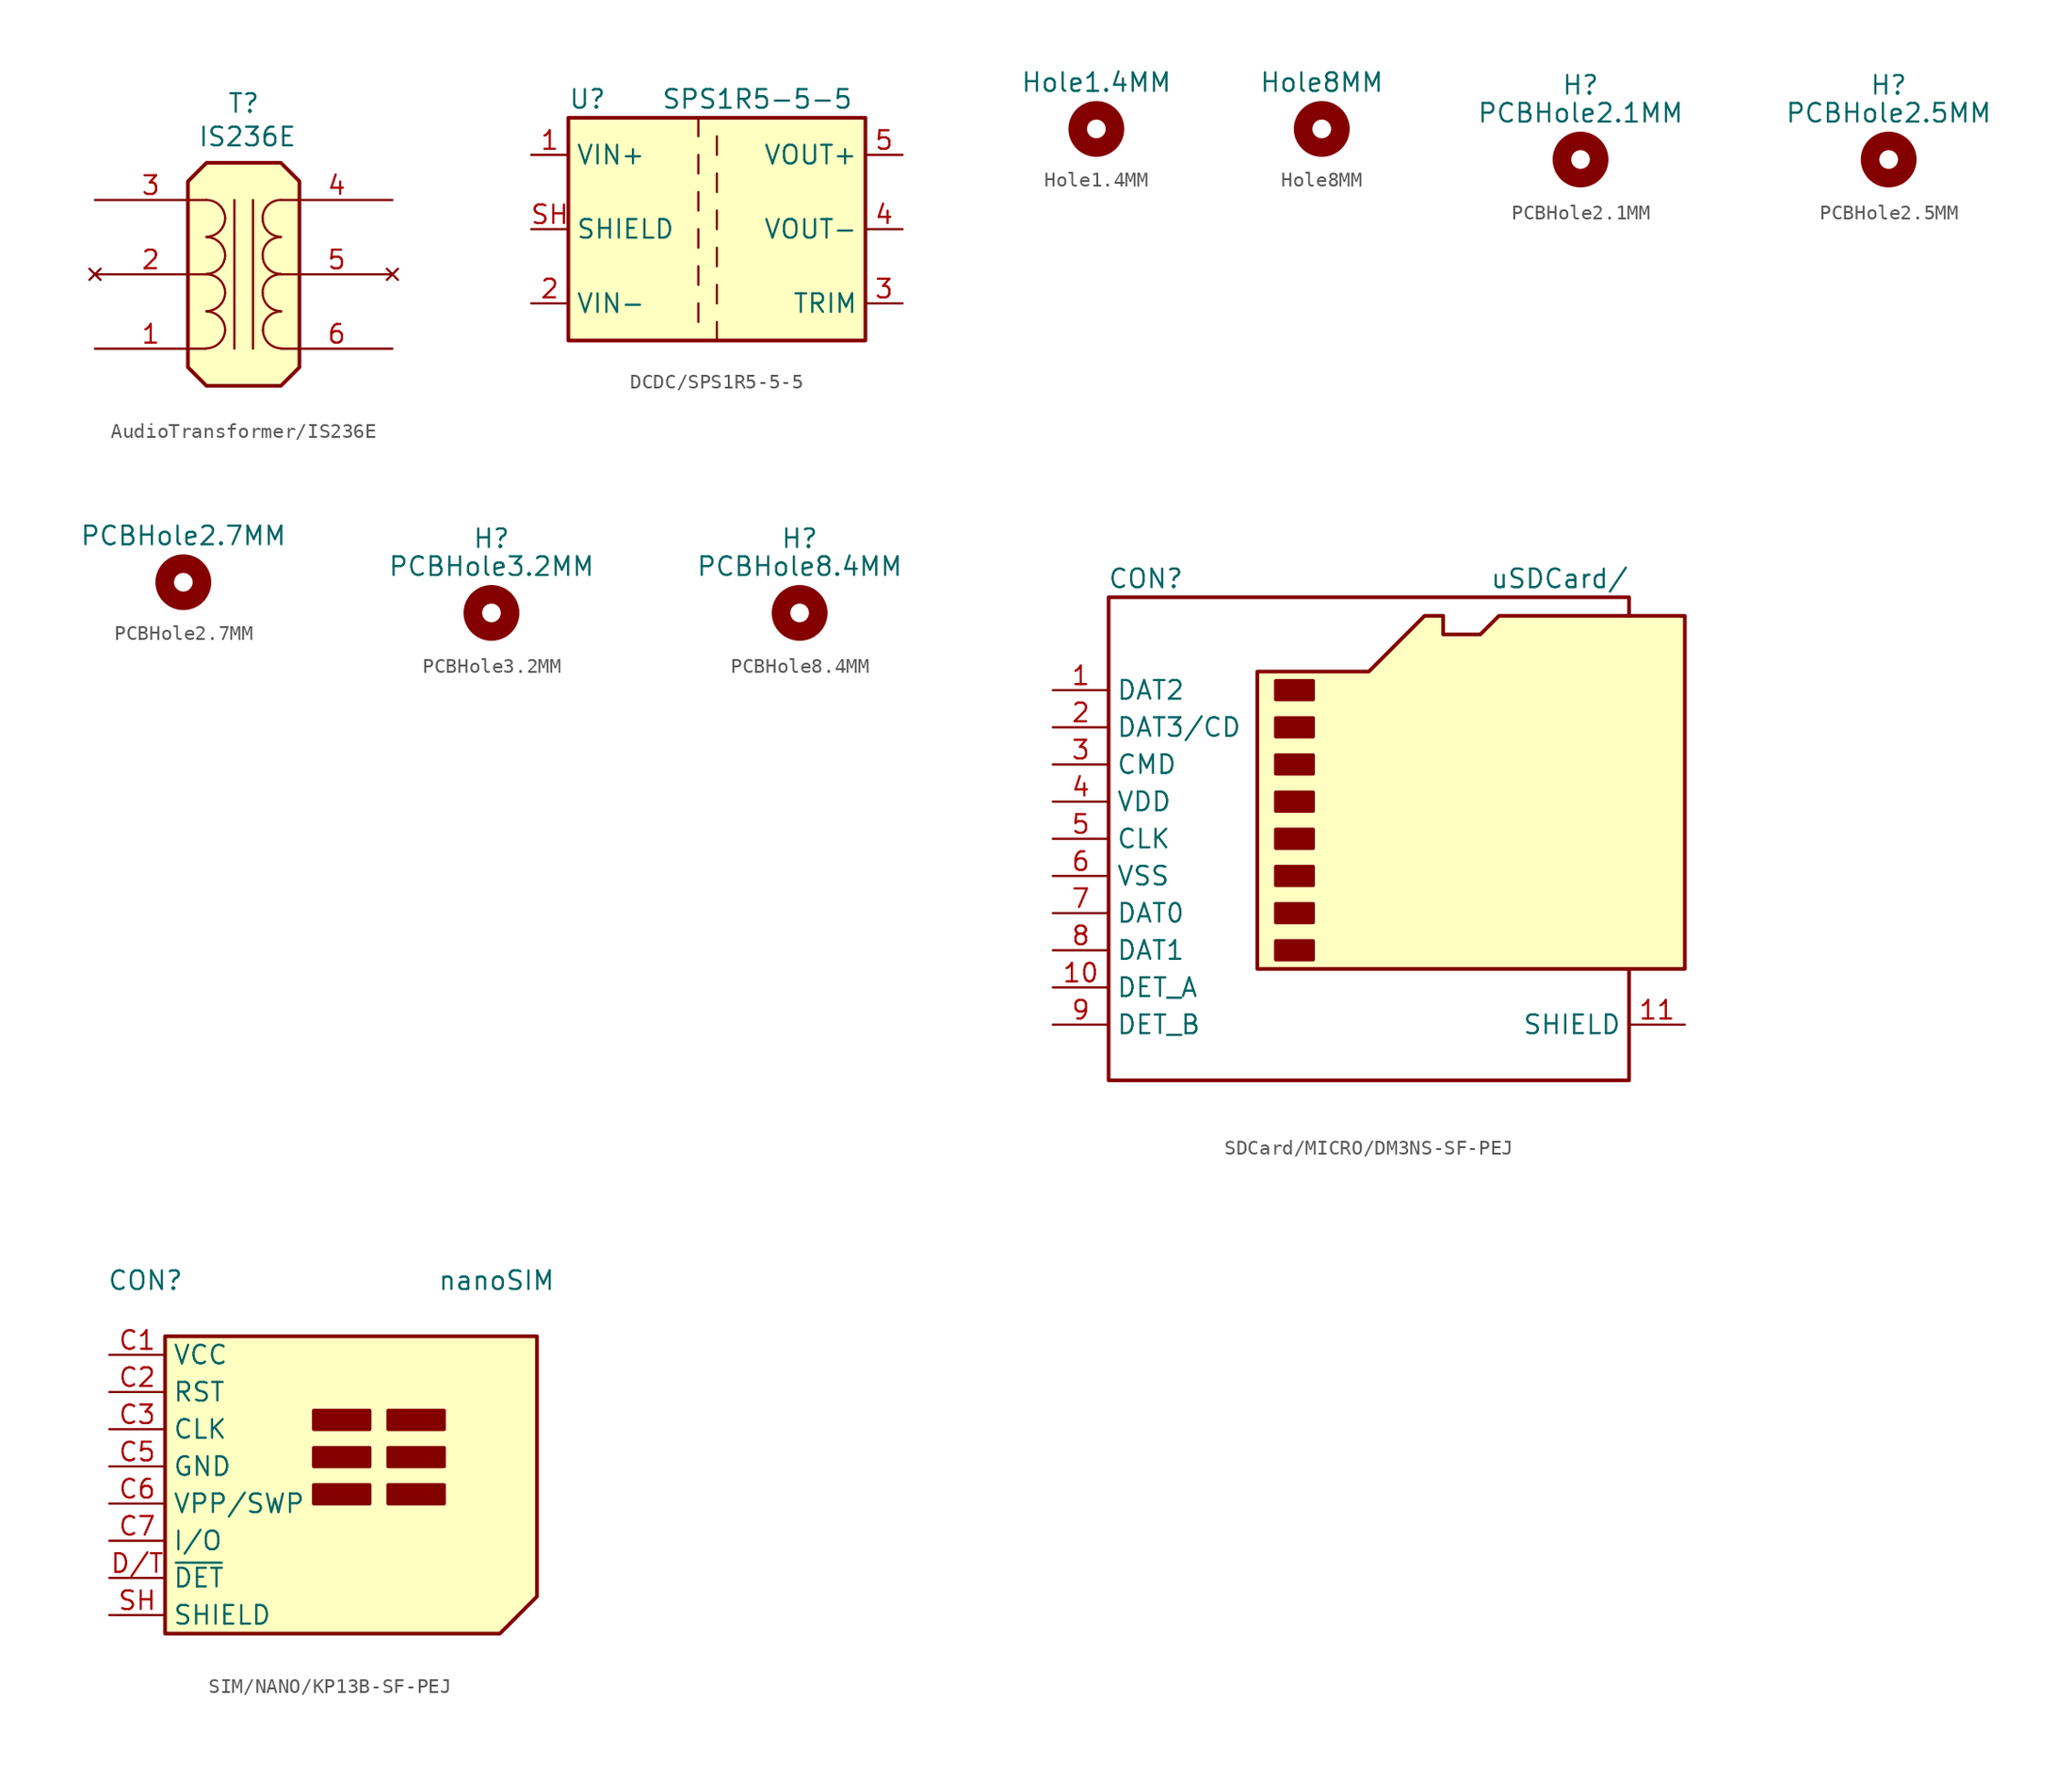
<source format=kicad_sym>
(kicad_symbol_lib
  (version 20220914)
  (generator kicad_symbol_editor)
  (symbol "AudioTransformer/IS236E"
    (pin_names
      (offset 1.016) hide)
    (property "Reference" "T"
      (at 0 11.684 0)
      (effects (font (size 1.27 1.27))))
    (property "Value" "IS236E"
      (at 0.254 9.398 0)
      (effects (font (size 1.27 1.27))))
    (symbol "AudioTransformer/IS236E_0_1"
      (arc (start -2.54 -5.0546) (mid -1.6599 -4.6901) (end -1.27 -3.81) (stroke (width 0) (type default)) (fill (type none)))
      (arc (start -2.54 -2.5146) (mid -1.6599 -2.1501) (end -1.27 -1.27) (stroke (width 0) (type default)) (fill (type none)))
      (arc (start -2.54 0.0254) (mid -1.6599 0.3899) (end -1.27 1.27) (stroke (width 0) (type default)) (fill (type none)))
      (arc (start -2.54 2.5654) (mid -1.6599 2.9299) (end -1.27 3.81) (stroke (width 0) (type default)) (fill (type none)))
      (arc (start -1.27 -3.81) (mid -1.642 -2.912) (end -2.54 -2.54) (stroke (width 0) (type default)) (fill (type none)))
      (arc (start -1.27 -1.27) (mid -1.642 -0.372) (end -2.54 0) (stroke (width 0) (type default)) (fill (type none)))
      (arc (start -1.27 1.27) (mid -1.642 2.168) (end -2.54 2.54) (stroke (width 0) (type default)) (fill (type none)))
      (arc (start -1.27 3.81) (mid -1.642 4.708) (end -2.54 5.08) (stroke (width 0) (type default)) (fill (type none)))
      (polyline (pts (xy -0.635 5.08) (xy -0.635 -5.08)) (stroke (width 0) (type default)) (fill (type none)))
      (polyline (pts (xy 0.635 -5.08) (xy 0.635 5.08)) (stroke (width 0) (type default)) (fill (type none)))
      (polyline (pts (xy -3.81 6.35) (xy -2.54 7.62) (xy 2.54 7.62) (xy 3.81 6.35) (xy 3.81 -6.35) (xy 2.54 -7.62) (xy -2.54 -7.62) (xy -3.81 -6.35) (xy -3.81 6.35)) (stroke (width 0.254) (type default)) (fill (type background)))
      (arc (start 1.2954 -1.27) (mid 1.6599 -2.1501) (end 2.54 -2.5146) (stroke (width 0) (type default)) (fill (type none)))
      (arc (start 1.2954 1.27) (mid 1.6599 0.3899) (end 2.54 0.0254) (stroke (width 0) (type default)) (fill (type none)))
      (arc (start 1.2954 3.81) (mid 1.6599 2.9299) (end 2.54 2.5654) (stroke (width 0) (type default)) (fill (type none)))
      (arc (start 1.3208 -3.81) (mid 1.6853 -4.6901) (end 2.5654 -5.0546) (stroke (width 0) (type default)) (fill (type none)))
      (arc (start 2.54 0) (mid 1.642 -0.372) (end 1.2954 -1.27) (stroke (width 0) (type default)) (fill (type none)))
      (arc (start 2.54 2.54) (mid 1.642 2.168) (end 1.2954 1.27) (stroke (width 0) (type default)) (fill (type none)))
      (arc (start 2.54 5.08) (mid 1.642 4.708) (end 1.2954 3.81) (stroke (width 0) (type default)) (fill (type none)))
      (arc (start 2.5654 -2.54) (mid 1.6674 -2.912) (end 1.3208 -3.81) (stroke (width 0) (type default)) (fill (type none))))
    (symbol "AudioTransformer/IS236E_1_1"
      (pin passive line (at -10.16 -5.08 0) (length 7.62) (name "PA" (effects (font (size 1.27 1.27)))) (number "1" (effects (font (size 1.27 1.27)))))
      (pin no_connect line (at -10.16 0 0) (length 7.62) (name "PN" (effects (font (size 1.27 1.27)))) (number "2" (effects (font (size 1.27 1.27)))))
      (pin passive line (at -10.16 5.08 0) (length 7.62) (name "PB" (effects (font (size 1.27 1.27)))) (number "3" (effects (font (size 1.27 1.27)))))
      (pin passive line (at 10.16 5.08 180) (length 7.62) (name "SA" (effects (font (size 1.27 1.27)))) (number "4" (effects (font (size 1.27 1.27)))))
      (pin no_connect line (at 10.16 0 180) (length 7.62) (name "SN" (effects (font (size 1.27 1.27)))) (number "5" (effects (font (size 1.27 1.27)))))
      (pin passive line (at 10.16 -5.08 180) (length 7.62) (name "SB" (effects (font (size 1.27 1.27)))) (number "6" (effects (font (size 1.27 1.27)))))))
  (symbol "DCDC/SPS1R5-5-5"
    (property "Reference" "U"
      (at -10.16 8.89 0)
      (effects (font (size 1.27 1.27)) (justify left)))
    (property "Value" "SPS1R5-5-5"
      (at -3.81 8.89 0)
      (effects (font (size 1.27 1.27)) (justify left)))
    (symbol "DCDC/SPS1R5-5-5_0_1"
      (rectangle (start -10.16 7.62) (end 10.16 -7.62) (stroke (width 0.254) (type default)) (fill (type background)))
      (polyline (pts (xy -1.27 -5.08) (xy -1.27 -6.35)) (stroke (width 0) (type default)) (fill (type none)))
      (polyline (pts (xy -1.27 -2.54) (xy -1.27 -3.81)) (stroke (width 0) (type default)) (fill (type none)))
      (polyline (pts (xy -1.27 0) (xy -1.27 -1.27)) (stroke (width 0) (type default)) (fill (type none)))
      (polyline (pts (xy -1.27 2.54) (xy -1.27 1.27)) (stroke (width 0) (type default)) (fill (type none)))
      (polyline (pts (xy -1.27 5.08) (xy -1.27 3.81)) (stroke (width 0) (type default)) (fill (type none)))
      (polyline (pts (xy -1.27 7.62) (xy -1.27 6.35)) (stroke (width 0) (type default)) (fill (type none)))
      (polyline (pts (xy 0 -7.62) (xy 0 -6.35)) (stroke (width 0) (type default)) (fill (type none)))
      (polyline (pts (xy 0 -5.08) (xy 0 -3.81)) (stroke (width 0) (type default)) (fill (type none)))
      (polyline (pts (xy 0 -1.27) (xy 0 -2.54)) (stroke (width 0) (type default)) (fill (type none)))
      (polyline (pts (xy 0 0) (xy 0 1.27)) (stroke (width 0) (type default)) (fill (type none)))
      (polyline (pts (xy 0 2.54) (xy 0 3.81)) (stroke (width 0) (type default)) (fill (type none)))
      (polyline (pts (xy 0 5.08) (xy 0 6.35)) (stroke (width 0) (type default)) (fill (type none))))
    (symbol "DCDC/SPS1R5-5-5_1_1"
      (pin power_in line (at -12.7 5.08 0) (length 2.54) (name "VIN+" (effects (font (size 1.27 1.27)))) (number "1" (effects (font (size 1.27 1.27)))))
      (pin power_in line (at -12.7 -5.08 0) (length 2.54) (name "VIN-" (effects (font (size 1.27 1.27)))) (number "2" (effects (font (size 1.27 1.27)))))
      (pin passive line (at 12.7 -5.08 180) (length 2.54) (name "TRIM" (effects (font (size 1.27 1.27)))) (number "3" (effects (font (size 1.27 1.27)))))
      (pin power_out line (at 12.7 0 180) (length 2.54) (name "VOUT-" (effects (font (size 1.27 1.27)))) (number "4" (effects (font (size 1.27 1.27)))))
      (pin power_out line (at 12.7 5.08 180) (length 2.54) (name "VOUT+" (effects (font (size 1.27 1.27)))) (number "5" (effects (font (size 1.27 1.27)))))
      (pin unspecified line (at -12.7 0 0) (length 2.54) (name "SHIELD" (effects (font (size 1.27 1.27)))) (number "SH" (effects (font (size 1.27 1.27)))))))
  (symbol "Hole1.4MM"
    (pin_numbers hide)
    (pin_names
      (offset 0) hide)
    (property "Reference" "H"
      (at 0 5.08 0)
      (effects (font (size 1.27 1.27)) hide))
    (property "Value" "Hole1.4MM"
      (at 0 3.175 0)
      (effects (font (size 1.27 1.27))))
    (symbol "Hole1.4MM_0_1"
      (circle (center 0 0) (radius 1.27) (stroke (width 1.27) (type default)) (fill (type none)))))
  (symbol "Hole8MM"
    (pin_numbers hide)
    (pin_names
      (offset 0) hide)
    (property "Reference" "H"
      (at 0 5.08 0)
      (effects (font (size 1.27 1.27)) hide))
    (property "Value" "Hole8MM"
      (at 0 3.175 0)
      (effects (font (size 1.27 1.27))))
    (symbol "Hole8MM_0_1"
      (circle (center 0 0) (radius 1.27) (stroke (width 1.27) (type default)) (fill (type none)))))
  (symbol "PCBHole2.1MM"
    (pin_names
      (offset 1.016))
    (property "Reference" "H"
      (at 0 5.08 0)
      (effects (font (size 1.27 1.27))))
    (property "Value" "PCBHole2.1MM"
      (at 0 3.175 0)
      (effects (font (size 1.27 1.27))))
    (symbol "PCBHole2.1MM_0_1"
      (circle (center 0 0) (radius 1.27) (stroke (width 1.27) (type default)) (fill (type none)))))
  (symbol "PCBHole2.5MM"
    (pin_names
      (offset 1.016))
    (property "Reference" "H"
      (at 0 5.08 0)
      (effects (font (size 1.27 1.27))))
    (property "Value" "PCBHole2.5MM"
      (at 0 3.175 0)
      (effects (font (size 1.27 1.27))))
    (symbol "PCBHole2.5MM_0_1"
      (circle (center 0 0) (radius 1.27) (stroke (width 1.27) (type default)) (fill (type none)))))
  (symbol "PCBHole2.7MM"
    (pin_numbers hide)
    (pin_names
      (offset 0) hide)
    (property "Reference" "H"
      (at 0 5.08 0)
      (effects (font (size 1.27 1.27)) hide))
    (property "Value" "PCBHole2.7MM"
      (at 0 3.175 0)
      (effects (font (size 1.27 1.27))))
    (symbol "PCBHole2.7MM_0_1"
      (circle (center 0 0) (radius 1.27) (stroke (width 1.27) (type default)) (fill (type none)))))
  (symbol "PCBHole3.2MM"
    (pin_names
      (offset 1.016))
    (property "Reference" "H"
      (at 0 5.08 0)
      (effects (font (size 1.27 1.27))))
    (property "Value" "PCBHole3.2MM"
      (at 0 3.175 0)
      (effects (font (size 1.27 1.27))))
    (symbol "PCBHole3.2MM_0_1"
      (circle (center 0 0) (radius 1.27) (stroke (width 1.27) (type default)) (fill (type none)))))
  (symbol "PCBHole8.4MM"
    (pin_names
      (offset 1.016))
    (property "Reference" "H"
      (at 0 5.08 0)
      (effects (font (size 1.27 1.27))))
    (property "Value" "PCBHole8.4MM"
      (at 0 3.175 0)
      (effects (font (size 1.27 1.27))))
    (symbol "PCBHole8.4MM_0_1"
      (circle (center 0 0) (radius 1.27) (stroke (width 1.27) (type default)) (fill (type none)))))
  (symbol "SDCard/MICRO/DM3NS-SF-PEJ"
    (property "Reference" "CON"
      (at -16.51 17.78 0)
      (effects (font (size 1.27 1.27))))
    (property "Value" "uSDCard/"
      (at 16.51 17.78 0)
      (effects (font (size 1.27 1.27)) (justify right)))
    (symbol "SDCard/MICRO/DM3NS-SF-PEJ_0_1"
      (rectangle (start -7.62 -6.985) (end -5.08 -8.255) (stroke (width 0.254) (type default)) (fill (type outline)))
      (rectangle (start -7.62 -4.445) (end -5.08 -5.715) (stroke (width 0.254) (type default)) (fill (type outline)))
      (rectangle (start -7.62 -1.905) (end -5.08 -3.175) (stroke (width 0.254) (type default)) (fill (type outline)))
      (rectangle (start -7.62 0.635) (end -5.08 -0.635) (stroke (width 0.254) (type default)) (fill (type outline)))
      (rectangle (start -7.62 3.175) (end -5.08 1.905) (stroke (width 0.254) (type default)) (fill (type outline)))
      (rectangle (start -7.62 5.715) (end -5.08 4.445) (stroke (width 0.254) (type default)) (fill (type outline)))
      (rectangle (start -7.62 8.255) (end -5.08 6.985) (stroke (width 0.254) (type default)) (fill (type outline)))
      (rectangle (start -7.62 10.795) (end -5.08 9.525) (stroke (width 0.254) (type default)) (fill (type outline)))
      (polyline (pts (xy 16.51 15.24) (xy 16.51 16.51) (xy -19.05 16.51) (xy -19.05 -16.51) (xy 16.51 -16.51) (xy 16.51 -8.89)) (stroke (width 0.254) (type default)) (fill (type none)))
      (polyline (pts (xy -8.89 -8.89) (xy -8.89 11.43) (xy -1.27 11.43) (xy 2.54 15.24) (xy 3.81 15.24) (xy 3.81 13.97) (xy 6.35 13.97) (xy 7.62 15.24) (xy 20.32 15.24) (xy 20.32 -8.89) (xy -8.89 -8.89)) (stroke (width 0.254) (type default)) (fill (type background))))
    (symbol "SDCard/MICRO/DM3NS-SF-PEJ_1_1"
      (pin bidirectional line (at -22.86 10.16 0) (length 3.81) (name "DAT2" (effects (font (size 1.27 1.27)))) (number "1" (effects (font (size 1.27 1.27)))))
      (pin passive line (at -22.86 -10.16 0) (length 3.81) (name "DET_A" (effects (font (size 1.27 1.27)))) (number "10" (effects (font (size 1.27 1.27)))))
      (pin passive line (at 20.32 -12.7 180) (length 3.81) (name "SHIELD" (effects (font (size 1.27 1.27)))) (number "11" (effects (font (size 1.27 1.27)))))
      (pin bidirectional line (at -22.86 7.62 0) (length 3.81) (name "DAT3/CD" (effects (font (size 1.27 1.27)))) (number "2" (effects (font (size 1.27 1.27)))))
      (pin input line (at -22.86 5.08 0) (length 3.81) (name "CMD" (effects (font (size 1.27 1.27)))) (number "3" (effects (font (size 1.27 1.27)))))
      (pin power_in line (at -22.86 2.54 0) (length 3.81) (name "VDD" (effects (font (size 1.27 1.27)))) (number "4" (effects (font (size 1.27 1.27)))))
      (pin input line (at -22.86 0 0) (length 3.81) (name "CLK" (effects (font (size 1.27 1.27)))) (number "5" (effects (font (size 1.27 1.27)))))
      (pin power_in line (at -22.86 -2.54 0) (length 3.81) (name "VSS" (effects (font (size 1.27 1.27)))) (number "6" (effects (font (size 1.27 1.27)))))
      (pin bidirectional line (at -22.86 -5.08 0) (length 3.81) (name "DAT0" (effects (font (size 1.27 1.27)))) (number "7" (effects (font (size 1.27 1.27)))))
      (pin bidirectional line (at -22.86 -7.62 0) (length 3.81) (name "DAT1" (effects (font (size 1.27 1.27)))) (number "8" (effects (font (size 1.27 1.27)))))
      (pin passive line (at -22.86 -12.7 0) (length 3.81) (name "DET_B" (effects (font (size 1.27 1.27)))) (number "9" (effects (font (size 1.27 1.27)))))))
  (symbol "SIM/NANO/KP13B-SF-PEJ"
    (property "Reference" "CON"
      (at 5.08 12.7 0)
      (effects (font (size 1.27 1.27)) (justify right)))
    (property "Value" "nanoSIM"
      (at 30.48 12.7 0)
      (effects (font (size 1.27 1.27)) (justify right)))
    (symbol "SIM/NANO/KP13B-SF-PEJ_0_1"
      (polyline (pts (xy 3.81 8.89) (xy 3.81 -11.43) (xy 26.67 -11.43) (xy 29.21 -8.89) (xy 29.21 8.89) (xy 3.81 8.89)) (stroke (width 0.254) (type default)) (fill (type background)))
      (rectangle (start 13.97 -2.54) (end 17.78 -1.27) (stroke (width 0.254) (type default)) (fill (type outline)))
      (rectangle (start 13.97 0) (end 17.78 1.27) (stroke (width 0.254) (type default)) (fill (type outline)))
      (rectangle (start 13.97 2.54) (end 17.78 3.81) (stroke (width 0.254) (type default)) (fill (type outline)))
      (rectangle (start 19.05 -1.27) (end 22.86 -2.54) (stroke (width 0.254) (type default)) (fill (type outline)))
      (rectangle (start 19.05 0) (end 22.86 1.27) (stroke (width 0.254) (type default)) (fill (type outline)))
      (rectangle (start 19.05 2.54) (end 22.86 3.81) (stroke (width 0.254) (type default)) (fill (type outline))))
    (symbol "SIM/NANO/KP13B-SF-PEJ_1_1"
      (pin power_in line (at 0 7.62 0) (length 3.81) (name "VCC" (effects (font (size 1.27 1.27)))) (number "C1" (effects (font (size 1.27 1.27)))))
      (pin input line (at 0 5.08 0) (length 3.81) (name "RST" (effects (font (size 1.27 1.27)))) (number "C2" (effects (font (size 1.27 1.27)))))
      (pin input line (at 0 2.54 0) (length 3.81) (name "CLK" (effects (font (size 1.27 1.27)))) (number "C3" (effects (font (size 1.27 1.27)))))
      (pin power_in line (at 0 0 0) (length 3.81) (name "GND" (effects (font (size 1.27 1.27)))) (number "C5" (effects (font (size 1.27 1.27)))))
      (pin bidirectional line (at 0 -2.54 0) (length 3.81) (name "VPP/SWP" (effects (font (size 1.27 1.27)))) (number "C6" (effects (font (size 1.27 1.27)))))
      (pin bidirectional line (at 0 -5.08 0) (length 3.81) (name "I/O" (effects (font (size 1.27 1.27)))) (number "C7" (effects (font (size 1.27 1.27)))))
      (pin passive line (at 0 -7.62 0) (length 3.81) (name "~{DET}" (effects (font (size 1.27 1.27)))) (number "D/T" (effects (font (size 1.27 1.27)))))
      (pin passive line (at 0 -10.16 0) (length 3.81) (name "SHIELD" (effects (font (size 1.27 1.27)))) (number "SH" (effects (font (size 1.27 1.27))))))))
</source>
